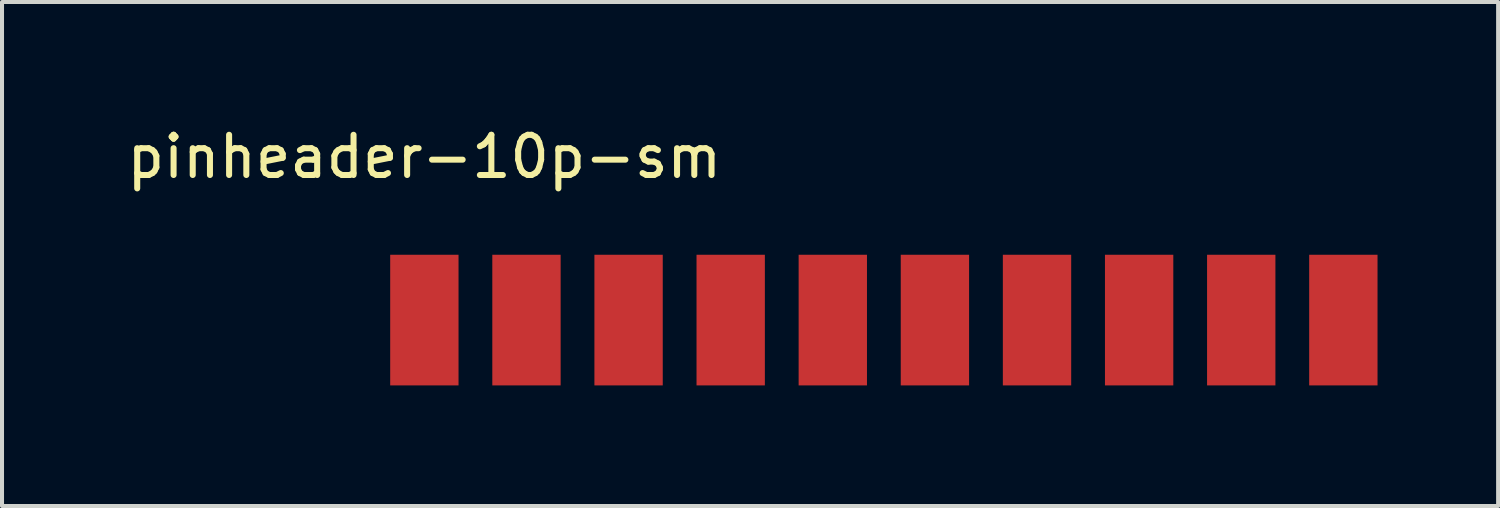
<source format=kicad_pcb>
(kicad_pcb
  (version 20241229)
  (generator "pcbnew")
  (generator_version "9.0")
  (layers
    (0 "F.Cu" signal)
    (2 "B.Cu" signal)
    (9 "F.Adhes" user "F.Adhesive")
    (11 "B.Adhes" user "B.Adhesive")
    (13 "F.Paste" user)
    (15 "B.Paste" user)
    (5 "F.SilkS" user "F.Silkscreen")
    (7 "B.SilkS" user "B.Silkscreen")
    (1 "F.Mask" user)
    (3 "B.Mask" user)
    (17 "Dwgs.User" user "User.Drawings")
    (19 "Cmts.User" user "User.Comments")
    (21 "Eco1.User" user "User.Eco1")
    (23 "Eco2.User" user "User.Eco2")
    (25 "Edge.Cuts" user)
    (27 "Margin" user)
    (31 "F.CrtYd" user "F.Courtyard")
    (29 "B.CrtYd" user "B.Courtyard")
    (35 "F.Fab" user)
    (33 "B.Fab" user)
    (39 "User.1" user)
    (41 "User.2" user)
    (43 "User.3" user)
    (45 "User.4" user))
  (footprint "pinheader-10p-sm"
    (layer "F.Cu")
    (at 7.506 4.912)
    (property "Reference" "pinheader-10p-sm" (at 0 -4.064 0) (layer "F.SilkS") (effects (font (size 1 1) (thickness 0.15))))
    (attr through_hole)
    (pad "1" smd rect (at 0 0) (size 1.7 3.25) (layers "F.Cu" "F.Mask" "F.Paste"))
    (pad "2" smd rect (at 2.54 0) (size 1.7 3.25) (layers "F.Cu" "F.Mask" "F.Paste"))
    (pad "3" smd rect (at 5.08 0) (size 1.7 3.25) (layers "F.Cu" "F.Mask" "F.Paste"))
    (pad "4" smd rect (at 7.62 0) (size 1.7 3.25) (layers "F.Cu" "F.Mask" "F.Paste"))
    (pad "5" smd rect (at 10.16 0) (size 1.7 3.25) (layers "F.Cu" "F.Mask" "F.Paste"))
    (pad "6" smd rect (at 12.7 0) (size 1.7 3.25) (layers "F.Cu" "F.Mask" "F.Paste"))
    (pad "7" smd rect (at 15.24 0) (size 1.7 3.25) (layers "F.Cu" "F.Mask" "F.Paste"))
    (pad "8" smd rect (at 17.78 0) (size 1.7 3.25) (layers "F.Cu" "F.Mask" "F.Paste"))
    (pad "9" smd rect (at 20.32 0) (size 1.7 3.25) (layers "F.Cu" "F.Mask" "F.Paste"))
    (pad "10" smd rect (at 22.86 0) (size 1.7 3.25) (layers "F.Cu" "F.Mask" "F.Paste")))
  (gr_rect
    (start -3 -3)
    (end 34.216 9.537)
    (stroke (width 0.1) (type default))
    (fill no)
    (layer "Edge.Cuts")))
</source>
